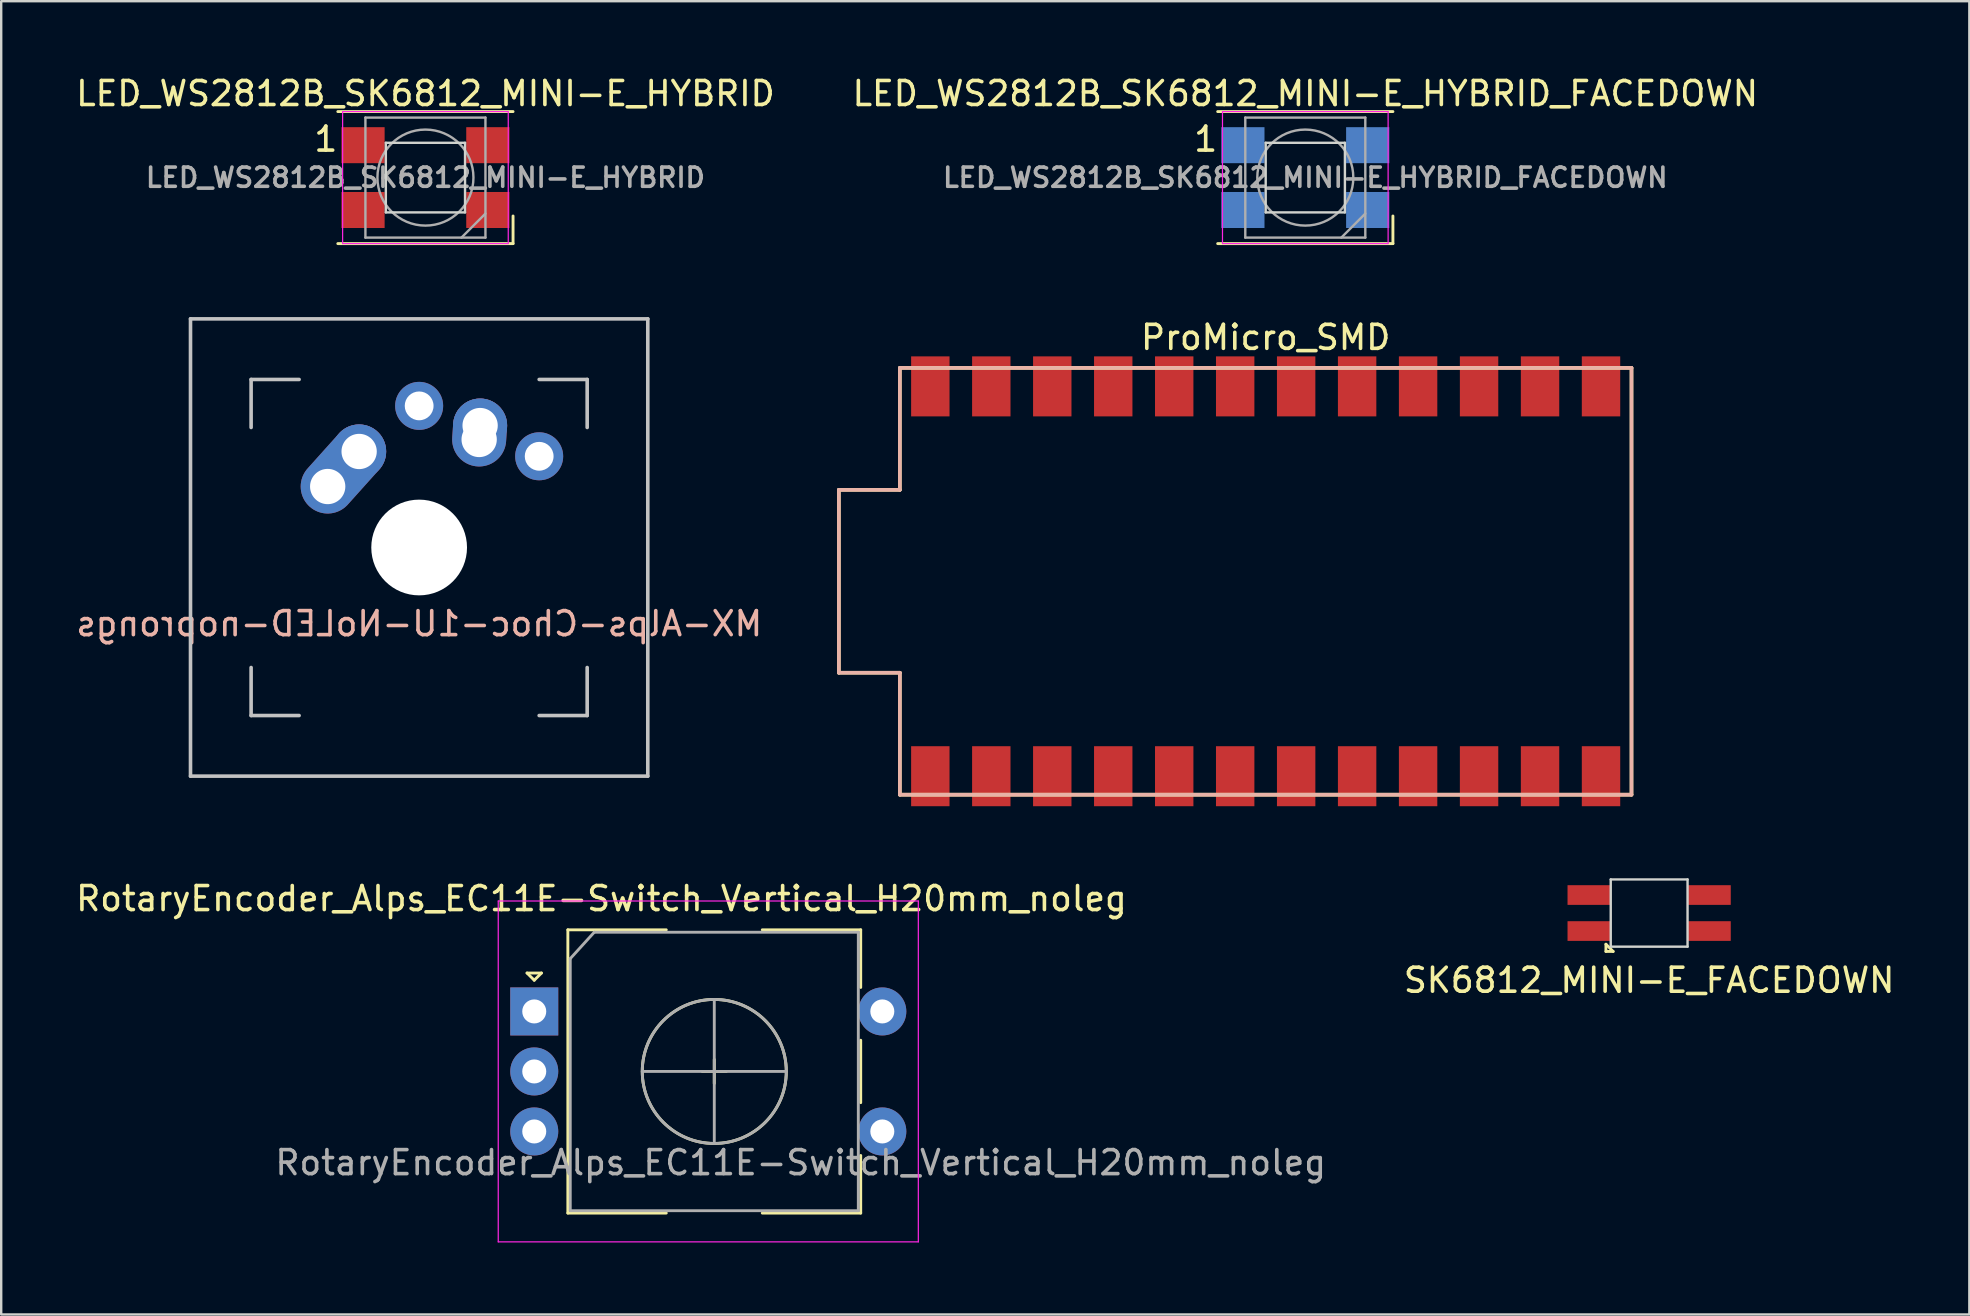
<source format=kicad_pcb>
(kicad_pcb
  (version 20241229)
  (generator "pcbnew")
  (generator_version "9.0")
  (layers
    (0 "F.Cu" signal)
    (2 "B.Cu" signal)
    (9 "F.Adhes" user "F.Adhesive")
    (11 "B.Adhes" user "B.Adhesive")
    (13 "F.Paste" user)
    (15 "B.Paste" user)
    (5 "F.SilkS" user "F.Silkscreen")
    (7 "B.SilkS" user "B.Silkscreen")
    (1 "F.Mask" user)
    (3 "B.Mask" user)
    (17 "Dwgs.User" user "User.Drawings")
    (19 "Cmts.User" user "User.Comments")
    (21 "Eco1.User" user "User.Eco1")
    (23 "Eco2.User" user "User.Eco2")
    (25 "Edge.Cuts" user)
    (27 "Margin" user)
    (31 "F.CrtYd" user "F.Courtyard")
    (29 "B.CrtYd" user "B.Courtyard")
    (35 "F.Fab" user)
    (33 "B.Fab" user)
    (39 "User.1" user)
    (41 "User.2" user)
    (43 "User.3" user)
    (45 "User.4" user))
  (footprint "LED_WS2812B_SK6812_MINI-E_HYBRID"
    (layer "F.Cu")
    (at 14.673 4.348)
    (property "Reference" "LED_WS2812B_SK6812_MINI-E_HYBRID" (at 0 -3.5 0) (layer "F.SilkS") (effects (font (size 1 1) (thickness 0.15))))
    (attr smd)
    (fp_line (start -3.65 -2.75) (end 3.65 -2.75) (stroke (width 0.12) (type solid)) (layer "F.SilkS"))
    (fp_line (start -3.65 2.75) (end 3.65 2.75) (stroke (width 0.12) (type solid)) (layer "F.SilkS"))
    (fp_line (start 3.65 2.75) (end 3.65 1.6) (stroke (width 0.12) (type solid)) (layer "F.SilkS"))
    (fp_line (start -1.65 -1.45) (end 1.65 -1.45) (stroke (width 0.1) (type solid)) (layer "Edge.Cuts"))
    (fp_line (start -1.65 1.45) (end -1.65 -1.45) (stroke (width 0.1) (type solid)) (layer "Edge.Cuts"))
    (fp_line (start 1.65 -1.45) (end 1.65 1.45) (stroke (width 0.1) (type solid)) (layer "Edge.Cuts"))
    (fp_line (start 1.65 1.45) (end -1.65 1.45) (stroke (width 0.1) (type solid)) (layer "Edge.Cuts"))
    (fp_line (start -3.45 -2.75) (end -3.45 2.75) (stroke (width 0.05) (type solid)) (layer "F.CrtYd"))
    (fp_line (start -3.45 2.75) (end 3.45 2.75) (stroke (width 0.05) (type solid)) (layer "F.CrtYd"))
    (fp_line (start 3.45 -2.75) (end -3.45 -2.75) (stroke (width 0.05) (type solid)) (layer "F.CrtYd"))
    (fp_line (start 3.45 2.75) (end 3.45 -2.75) (stroke (width 0.05) (type solid)) (layer "F.CrtYd"))
    (fp_line (start -2.5 -2.5) (end -2.5 2.5) (stroke (width 0.1) (type solid)) (layer "F.Fab"))
    (fp_line (start -2.5 2.5) (end 2.5 2.5) (stroke (width 0.1) (type solid)) (layer "F.Fab"))
    (fp_line (start 2.5 -2.5) (end -2.5 -2.5) (stroke (width 0.1) (type solid)) (layer "F.Fab"))
    (fp_line (start 2.5 1.5) (end 1.5 2.5) (stroke (width 0.1) (type solid)) (layer "F.Fab"))
    (fp_line (start 2.5 2.5) (end 2.5 -2.5) (stroke (width 0.1) (type solid)) (layer "F.Fab"))
    (fp_circle (center 0 0) (end 0 -2) (stroke (width 0.1) (type solid)) (fill no) (layer "F.Fab"))
    (fp_text user "1" (at -4.15 -1.6 0) (layer "F.SilkS") (effects (font (size 1 1) (thickness 0.15))))
    (fp_text user "${REFERENCE}" (at 0 0 0) (layer "F.Fab") (effects (font (size 0.8 0.8) (thickness 0.15))))
    (pad "1" smd rect (at -2.6 -1.35) (size 1.8 1.5) (layers "F.Cu" "F.Mask" "F.Paste"))
    (pad "2" smd rect (at -2.6 1.35) (size 1.8 1.5) (layers "F.Cu" "F.Mask" "F.Paste"))
    (pad "3" smd rect (at 2.6 1.35) (size 1.8 1.5) (layers "F.Cu" "F.Mask" "F.Paste"))
    (pad "4" smd rect (at 2.6 -1.35) (size 1.8 1.5) (layers "F.Cu" "F.Mask" "F.Paste")))
  (footprint "RotaryEncoder_Alps_EC11E-Switch_Vertical_H20mm_noleg"
    (layer "F.Cu")
    (at 19.206 39.085)
    (property "Reference" "RotaryEncoder_Alps_EC11E-Switch_Vertical_H20mm_noleg" (at 2.8 -4.7 180) (layer "F.SilkS") (effects (font (size 1 1) (thickness 0.15))))
    (attr through_hole)
    (fp_line (start -0.3 -1.6) (end 0.3 -1.6) (stroke (width 0.12) (type solid)) (layer "F.SilkS"))
    (fp_line (start 0 -1.3) (end -0.3 -1.6) (stroke (width 0.12) (type solid)) (layer "F.SilkS"))
    (fp_line (start 0.3 -1.6) (end 0 -1.3) (stroke (width 0.12) (type solid)) (layer "F.SilkS"))
    (fp_line (start 1.4 -3.4) (end 1.4 8.4) (stroke (width 0.12) (type solid)) (layer "F.SilkS"))
    (fp_line (start 5.5 -3.4) (end 1.4 -3.4) (stroke (width 0.12) (type solid)) (layer "F.SilkS"))
    (fp_line (start 5.5 8.4) (end 1.4 8.4) (stroke (width 0.12) (type solid)) (layer "F.SilkS"))
    (fp_line (start 7 2.5) (end 8 2.5) (stroke (width 0.12) (type solid)) (layer "F.SilkS"))
    (fp_line (start 7.5 2) (end 7.5 3) (stroke (width 0.12) (type solid)) (layer "F.SilkS"))
    (fp_line (start 9.5 -3.4) (end 13.6 -3.4) (stroke (width 0.12) (type solid)) (layer "F.SilkS"))
    (fp_line (start 13.6 -3.4) (end 13.6 -1) (stroke (width 0.12) (type solid)) (layer "F.SilkS"))
    (fp_line (start 13.6 1.2) (end 13.6 3.8) (stroke (width 0.12) (type solid)) (layer "F.SilkS"))
    (fp_line (start 13.6 6) (end 13.6 8.4) (stroke (width 0.12) (type solid)) (layer "F.SilkS"))
    (fp_line (start 13.6 8.4) (end 9.5 8.4) (stroke (width 0.12) (type solid)) (layer "F.SilkS"))
    (fp_circle (center 7.5 2.5) (end 10.5 2.5) (stroke (width 0.12) (type solid)) (fill no) (layer "F.SilkS"))
    (fp_line (start -1.5 -4.6) (end -1.5 9.6) (stroke (width 0.05) (type solid)) (layer "F.CrtYd"))
    (fp_line (start -1.5 -4.6) (end 16 -4.6) (stroke (width 0.05) (type solid)) (layer "F.CrtYd"))
    (fp_line (start 16 9.6) (end -1.5 9.6) (stroke (width 0.05) (type solid)) (layer "F.CrtYd"))
    (fp_line (start 16 9.6) (end 16 -4.6) (stroke (width 0.05) (type solid)) (layer "F.CrtYd"))
    (fp_line (start 1.5 -2.2) (end 2.5 -3.3) (stroke (width 0.12) (type solid)) (layer "F.Fab"))
    (fp_line (start 1.5 8.3) (end 1.5 -2.2) (stroke (width 0.12) (type solid)) (layer "F.Fab"))
    (fp_line (start 2.5 -3.3) (end 13.5 -3.3) (stroke (width 0.12) (type solid)) (layer "F.Fab"))
    (fp_line (start 4.5 2.5) (end 10.5 2.5) (stroke (width 0.12) (type solid)) (layer "F.Fab"))
    (fp_line (start 7.5 -0.5) (end 7.5 5.5) (stroke (width 0.12) (type solid)) (layer "F.Fab"))
    (fp_line (start 13.5 -3.3) (end 13.5 8.3) (stroke (width 0.12) (type solid)) (layer "F.Fab"))
    (fp_line (start 13.5 8.3) (end 1.5 8.3) (stroke (width 0.12) (type solid)) (layer "F.Fab"))
    (fp_circle (center 7.5 2.5) (end 10.5 2.5) (stroke (width 0.12) (type solid)) (fill no) (layer "F.Fab"))
    (fp_text user "${REFERENCE}" (at 11.1 6.3 180) (layer "F.Fab") (effects (font (size 1 1) (thickness 0.15))))
    (pad "A" thru_hole rect (at 0 0) (size 2 2) (drill 1) (layers "*.Cu" "*.Mask"))
    (pad "B" thru_hole circle (at 0 5) (size 2 2) (drill 1) (layers "*.Cu" "*.Mask"))
    (pad "C" thru_hole circle (at 0 2.5) (size 2 2) (drill 1) (layers "*.Cu" "*.Mask"))
    (pad "S1" thru_hole circle (at 14.5 5) (size 2 2) (drill 1) (layers "*.Cu" "*.Mask"))
    (pad "S2" thru_hole circle (at 14.5 0) (size 2 2) (drill 1) (layers "*.Cu" "*.Mask")))
  (footprint "SK6812_MINI-E_FACEDOWN"
    (layer "F.Cu")
    (at 65.651 34.986)
    (property "Reference" "SK6812_MINI-E_FACEDOWN" (at 0 2.8 0) (layer "F.SilkS") (effects (font (size 1 1) (thickness 0.15))))
    (attr through_hole)
    (fp_line (start -1.8 1.3) (end -1.8 1.6) (stroke (width 0.12) (type solid)) (layer "F.SilkS"))
    (fp_line (start -1.8 1.6) (end -1.5 1.6) (stroke (width 0.12) (type solid)) (layer "F.SilkS"))
    (fp_line (start -1.5 1.6) (end -1.8 1.3) (stroke (width 0.12) (type solid)) (layer "F.SilkS"))
    (fp_line (start -1.6 -1.4) (end 1.6 -1.4) (stroke (width 0.1) (type solid)) (layer "Edge.Cuts"))
    (fp_line (start -1.6 1.4) (end -1.6 -1.4) (stroke (width 0.1) (type solid)) (layer "Edge.Cuts"))
    (fp_line (start 1.6 -1.4) (end 1.6 1.4) (stroke (width 0.1) (type solid)) (layer "Edge.Cuts"))
    (fp_line (start 1.6 1.4) (end -1.6 1.4) (stroke (width 0.1) (type solid)) (layer "Edge.Cuts"))
    (pad "1" smd rect (at 2.5 -0.75) (size 1.8 0.82) (layers "F.Cu" "F.Mask" "F.Paste"))
    (pad "2" smd rect (at 2.5 0.75) (size 1.8 0.82) (layers "F.Cu" "F.Mask" "F.Paste"))
    (pad "3" smd rect (at -2.5 0.75) (size 1.8 0.82) (layers "F.Cu" "F.Mask" "F.Paste"))
    (pad "4" smd rect (at -2.5 -0.75) (size 1.8 0.82) (layers "F.Cu" "F.Mask" "F.Paste")))
  (footprint "ProMicro_SMD"
    (layer "F.Cu")
    (at 49.676 21.166)
    (property "Reference" "ProMicro_SMD" (at 0 -10.16 0) (layer "F.SilkS") (effects (font (size 1 1) (thickness 0.15))))
    (attr through_hole)
    (fp_line (start -17.78 -3.81) (end -15.24 -3.81) (stroke (width 0.15) (type solid)) (layer "F.SilkS"))
    (fp_line (start -17.78 3.81) (end -17.78 -3.81) (stroke (width 0.15) (type solid)) (layer "F.SilkS"))
    (fp_line (start -15.24 -8.89) (end 15.24 -8.89) (stroke (width 0.15) (type solid)) (layer "F.SilkS"))
    (fp_line (start -15.24 -3.81) (end -15.24 -8.89) (stroke (width 0.15) (type solid)) (layer "F.SilkS"))
    (fp_line (start -15.24 3.81) (end -17.78 3.81) (stroke (width 0.15) (type solid)) (layer "F.SilkS"))
    (fp_line (start -15.24 8.89) (end -15.24 3.81) (stroke (width 0.15) (type solid)) (layer "F.SilkS"))
    (fp_line (start -15.24 8.89) (end 15.24 8.89) (stroke (width 0.15) (type solid)) (layer "F.SilkS"))
    (fp_line (start 15.24 -8.89) (end 15.24 8.89) (stroke (width 0.15) (type solid)) (layer "F.SilkS"))
    (fp_line (start -17.78 -3.81) (end -15.24 -3.81) (stroke (width 0.15) (type solid)) (layer "B.SilkS"))
    (fp_line (start -17.78 3.81) (end -17.78 -3.81) (stroke (width 0.15) (type solid)) (layer "B.SilkS"))
    (fp_line (start -15.24 -8.89) (end 15.24 -8.89) (stroke (width 0.15) (type solid)) (layer "B.SilkS"))
    (fp_line (start -15.24 -3.81) (end -15.24 -8.89) (stroke (width 0.15) (type solid)) (layer "B.SilkS"))
    (fp_line (start -15.24 3.81) (end -17.78 3.81) (stroke (width 0.15) (type solid)) (layer "B.SilkS"))
    (fp_line (start -15.24 8.89) (end -15.24 3.81) (stroke (width 0.15) (type solid)) (layer "B.SilkS"))
    (fp_line (start 15.24 -8.89) (end 15.24 8.89) (stroke (width 0.15) (type solid)) (layer "B.SilkS"))
    (fp_line (start 15.24 8.89) (end -15.24 8.89) (stroke (width 0.15) (type solid)) (layer "B.SilkS"))
    (pad "1" smd rect (at -13.97 7.62) (size 1.6 2.5) (drill (offset 0 0.5)) (layers "F.Cu" "F.Mask" "F.Paste"))
    (pad "2" smd rect (at -11.43 7.62) (size 1.6 2.5) (drill (offset 0 0.5)) (layers "F.Cu" "F.Mask" "F.Paste"))
    (pad "3" smd rect (at -8.89 7.62) (size 1.6 2.5) (drill (offset 0 0.5)) (layers "F.Cu" "F.Mask" "F.Paste"))
    (pad "4" smd rect (at -6.35 7.62) (size 1.6 2.5) (drill (offset 0 0.5)) (layers "F.Cu" "F.Mask" "F.Paste"))
    (pad "5" smd rect (at -3.81 7.62) (size 1.6 2.5) (drill (offset 0 0.5)) (layers "F.Cu" "F.Mask" "F.Paste"))
    (pad "6" smd rect (at -1.27 7.62) (size 1.6 2.5) (drill (offset 0 0.5)) (layers "F.Cu" "F.Mask" "F.Paste"))
    (pad "7" smd rect (at 1.27 7.62) (size 1.6 2.5) (drill (offset 0 0.5)) (layers "F.Cu" "F.Mask" "F.Paste"))
    (pad "8" smd rect (at 3.81 7.62) (size 1.6 2.5) (drill (offset 0 0.5)) (layers "F.Cu" "F.Mask" "F.Paste"))
    (pad "9" smd rect (at 6.35 7.62) (size 1.6 2.5) (drill (offset 0 0.5)) (layers "F.Cu" "F.Mask" "F.Paste"))
    (pad "10" smd rect (at 8.89 7.62) (size 1.6 2.5) (drill (offset 0 0.5)) (layers "F.Cu" "F.Mask" "F.Paste"))
    (pad "11" smd rect (at 11.43 7.62) (size 1.6 2.5) (drill (offset 0 0.5)) (layers "F.Cu" "F.Mask" "F.Paste"))
    (pad "12" smd rect (at 13.97 7.62) (size 1.6 2.5) (drill (offset 0 0.5)) (layers "F.Cu" "F.Mask" "F.Paste"))
    (pad "13" smd rect (at 13.97 -7.62) (size 1.6 2.5) (drill (offset 0 -0.5)) (layers "F.Cu" "F.Mask" "F.Paste"))
    (pad "14" smd rect (at 11.43 -7.62) (size 1.6 2.5) (drill (offset 0 -0.5)) (layers "F.Cu" "F.Mask" "F.Paste"))
    (pad "15" smd rect (at 8.89 -7.62) (size 1.6 2.5) (drill (offset 0 -0.5)) (layers "F.Cu" "F.Mask" "F.Paste"))
    (pad "16" smd rect (at 6.35 -7.62) (size 1.6 2.5) (drill (offset 0 -0.5)) (layers "F.Cu" "F.Mask" "F.Paste"))
    (pad "17" smd rect (at 3.81 -7.62) (size 1.6 2.5) (drill (offset 0 -0.5)) (layers "F.Cu" "F.Mask" "F.Paste"))
    (pad "18" smd rect (at 1.27 -7.62) (size 1.6 2.5) (drill (offset 0 -0.5)) (layers "F.Cu" "F.Mask" "F.Paste"))
    (pad "19" smd rect (at -1.27 -7.62) (size 1.6 2.5) (drill (offset 0 -0.5)) (layers "F.Cu" "F.Mask" "F.Paste"))
    (pad "20" smd rect (at -3.81 -7.62) (size 1.6 2.5) (drill (offset 0 -0.5)) (layers "F.Cu" "F.Mask" "F.Paste"))
    (pad "21" smd rect (at -6.35 -7.62) (size 1.6 2.5) (drill (offset 0 -0.5)) (layers "F.Cu" "F.Mask" "F.Paste"))
    (pad "22" smd rect (at -8.89 -7.62) (size 1.6 2.5) (drill (offset 0 -0.5)) (layers "F.Cu" "F.Mask" "F.Paste"))
    (pad "23" smd rect (at -11.43 -7.62) (size 1.6 2.5) (drill (offset 0 -0.5)) (layers "F.Cu" "F.Mask" "F.Paste"))
    (pad "24" smd rect (at -13.97 -7.62) (size 1.6 2.5) (drill (offset 0 -0.5)) (layers "F.Cu" "F.Mask" "F.Paste")))
  (footprint "MX-Alps-Choc-1U-NoLED-noprongs"
    (layer "F.Cu")
    (at 14.411 19.758)
    (property "Reference" "MX-Alps-Choc-1U-NoLED-noprongs" (at 0 3.175 0) (layer "B.SilkS") (effects (font (size 1 1) (thickness 0.15)) (justify mirror)))
    (attr through_hole)
    (fp_line (start -9.525 -9.525) (end 9.525 -9.525) (stroke (width 0.15) (type solid)) (layer "Dwgs.User"))
    (fp_line (start -9.525 9.525) (end -9.525 -9.525) (stroke (width 0.15) (type solid)) (layer "Dwgs.User"))
    (fp_line (start -7 -7) (end -7 -5) (stroke (width 0.15) (type solid)) (layer "Dwgs.User"))
    (fp_line (start -7 5) (end -7 7) (stroke (width 0.15) (type solid)) (layer "Dwgs.User"))
    (fp_line (start -7 7) (end -5 7) (stroke (width 0.15) (type solid)) (layer "Dwgs.User"))
    (fp_line (start -5 -7) (end -7 -7) (stroke (width 0.15) (type solid)) (layer "Dwgs.User"))
    (fp_line (start 5 -7) (end 7 -7) (stroke (width 0.15) (type solid)) (layer "Dwgs.User"))
    (fp_line (start 5 7) (end 7 7) (stroke (width 0.15) (type solid)) (layer "Dwgs.User"))
    (fp_line (start 7 -7) (end 7 -5) (stroke (width 0.15) (type solid)) (layer "Dwgs.User"))
    (fp_line (start 7 7) (end 7 5) (stroke (width 0.15) (type solid)) (layer "Dwgs.User"))
    (fp_line (start 9.525 -9.525) (end 9.525 9.525) (stroke (width 0.15) (type solid)) (layer "Dwgs.User"))
    (fp_line (start 9.525 9.525) (end -9.525 9.525) (stroke (width 0.15) (type solid)) (layer "Dwgs.User"))
    (pad "" np_thru_hole circle (at 0 0) (size 3.988 3.988) (drill 3.988) (layers "*.Cu" "*.Mask"))
    (pad "1" thru_hole oval (at 2.5 -4.5 86.1) (size 2.831 2.25) (drill 1.47 (offset 0.291 0)) (layers "*.Cu" "*.Mask"))
    (pad "1" thru_hole circle (at 2.54 -5.08) (size 2.25 2.25) (drill 1.47) (layers "*.Cu" "*.Mask"))
    (pad "1" thru_hole circle (at 5 -3.8) (size 2 2) (drill 1.2) (layers "*.Cu" "*.Mask"))
    (pad "2" thru_hole oval (at -3.81 -2.54 48.1) (size 4.212 2.25) (drill 1.47 (offset 0.981 0)) (layers "*.Cu" "*.Mask"))
    (pad "2" thru_hole circle (at -2.5 -4) (size 2.25 2.25) (drill 1.47) (layers "*.Cu" "*.Mask"))
    (pad "2" thru_hole circle (at 0 -5.9) (size 2 2) (drill 1.2) (layers "*.Cu" "*.Mask")))
  (footprint "LED_WS2812B_SK6812_MINI-E_HYBRID_FACEDOWN"
    (layer "F.Cu")
    (at 51.327 4.348)
    (property "Reference" "LED_WS2812B_SK6812_MINI-E_HYBRID_FACEDOWN" (at 0 -3.5 0) (layer "F.SilkS") (effects (font (size 1 1) (thickness 0.15))))
    (attr smd)
    (fp_line (start -3.65 -2.75) (end 3.65 -2.75) (stroke (width 0.12) (type solid)) (layer "F.SilkS"))
    (fp_line (start -3.65 2.75) (end 3.65 2.75) (stroke (width 0.12) (type solid)) (layer "F.SilkS"))
    (fp_line (start 3.65 2.75) (end 3.65 1.6) (stroke (width 0.12) (type solid)) (layer "F.SilkS"))
    (fp_line (start -1.65 -1.45) (end 1.65 -1.45) (stroke (width 0.1) (type solid)) (layer "Edge.Cuts"))
    (fp_line (start -1.65 1.45) (end -1.65 -1.45) (stroke (width 0.1) (type solid)) (layer "Edge.Cuts"))
    (fp_line (start 1.65 -1.45) (end 1.65 1.45) (stroke (width 0.1) (type solid)) (layer "Edge.Cuts"))
    (fp_line (start 1.65 1.45) (end -1.65 1.45) (stroke (width 0.1) (type solid)) (layer "Edge.Cuts"))
    (fp_line (start -3.45 -2.75) (end -3.45 2.75) (stroke (width 0.05) (type solid)) (layer "F.CrtYd"))
    (fp_line (start -3.45 2.75) (end 3.45 2.75) (stroke (width 0.05) (type solid)) (layer "F.CrtYd"))
    (fp_line (start 3.45 -2.75) (end -3.45 -2.75) (stroke (width 0.05) (type solid)) (layer "F.CrtYd"))
    (fp_line (start 3.45 2.75) (end 3.45 -2.75) (stroke (width 0.05) (type solid)) (layer "F.CrtYd"))
    (fp_line (start -2.5 -2.5) (end -2.5 2.5) (stroke (width 0.1) (type solid)) (layer "F.Fab"))
    (fp_line (start -2.5 2.5) (end 2.5 2.5) (stroke (width 0.1) (type solid)) (layer "F.Fab"))
    (fp_line (start 2.5 -2.5) (end -2.5 -2.5) (stroke (width 0.1) (type solid)) (layer "F.Fab"))
    (fp_line (start 2.5 1.5) (end 1.5 2.5) (stroke (width 0.1) (type solid)) (layer "F.Fab"))
    (fp_line (start 2.5 2.5) (end 2.5 -2.5) (stroke (width 0.1) (type solid)) (layer "F.Fab"))
    (fp_circle (center 0 0) (end 0 -2) (stroke (width 0.1) (type solid)) (fill no) (layer "F.Fab"))
    (fp_text user "1" (at -4.15 -1.6 0) (layer "F.SilkS") (effects (font (size 1 1) (thickness 0.15))))
    (fp_text user "${REFERENCE}" (at 0 0 0) (layer "F.Fab") (effects (font (size 0.8 0.8) (thickness 0.15))))
    (pad "1" smd rect (at -2.6 -1.35) (size 1.8 1.5) (layers "B.Cu" "B.Mask" "B.Paste"))
    (pad "2" smd rect (at -2.6 1.35) (size 1.8 1.5) (layers "B.Cu" "B.Mask" "B.Paste"))
    (pad "3" smd rect (at 2.6 1.35) (size 1.8 1.5) (layers "B.Cu" "B.Mask" "B.Paste"))
    (pad "4" smd rect (at 2.6 -1.35) (size 1.8 1.5) (layers "B.Cu" "B.Mask" "B.Paste")))
  (gr_rect
    (start -3 -3)
    (end 78.99 51.71)
    (stroke (width 0.1) (type default))
    (fill no)
    (layer "Edge.Cuts")))
</source>
